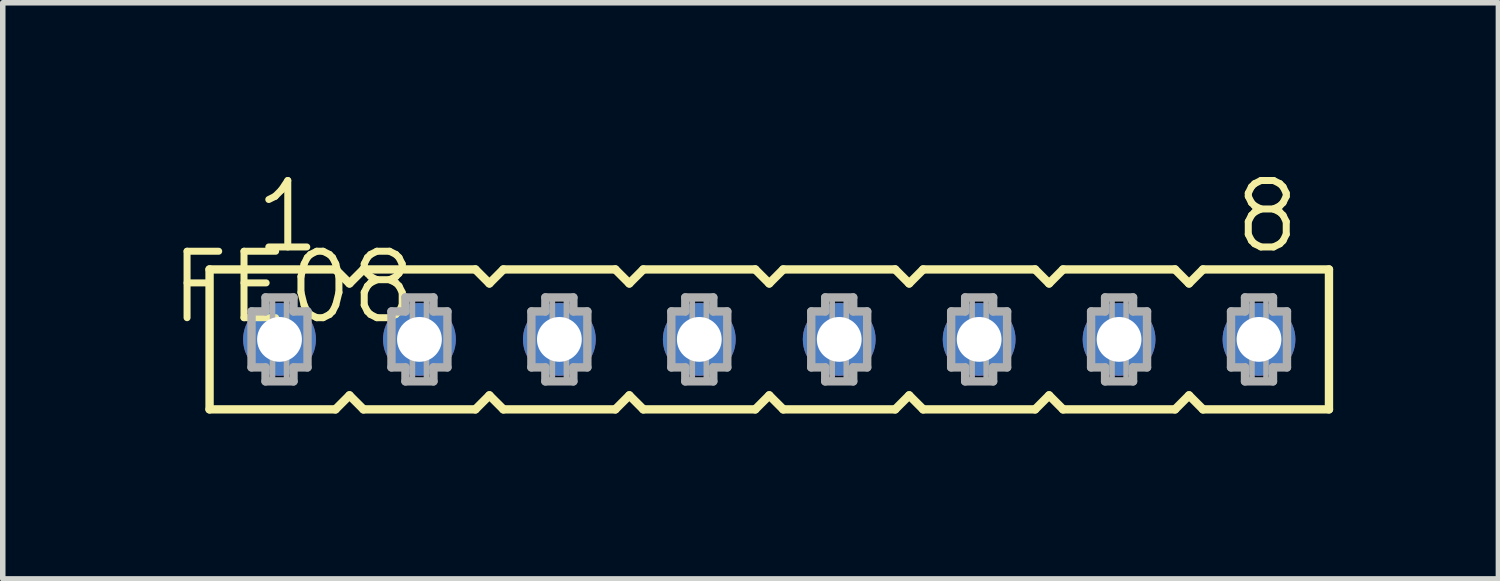
<source format=kicad_pcb>
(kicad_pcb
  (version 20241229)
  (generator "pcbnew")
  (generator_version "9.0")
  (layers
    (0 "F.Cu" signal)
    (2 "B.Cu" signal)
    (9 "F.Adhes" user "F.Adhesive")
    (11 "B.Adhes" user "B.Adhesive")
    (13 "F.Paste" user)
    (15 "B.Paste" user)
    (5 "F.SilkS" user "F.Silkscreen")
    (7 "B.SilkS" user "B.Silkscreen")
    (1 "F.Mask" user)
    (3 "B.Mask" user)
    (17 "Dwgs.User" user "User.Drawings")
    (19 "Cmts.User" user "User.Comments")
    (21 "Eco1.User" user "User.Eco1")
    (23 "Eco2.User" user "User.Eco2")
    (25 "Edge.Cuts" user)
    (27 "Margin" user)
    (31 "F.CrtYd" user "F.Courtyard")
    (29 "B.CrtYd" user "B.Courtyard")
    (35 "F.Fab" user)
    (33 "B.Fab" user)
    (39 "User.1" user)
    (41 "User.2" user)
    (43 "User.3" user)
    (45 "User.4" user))
  (footprint "FE08"
    (layer "F.Cu")
    (at 10.914 3.111)
    (property "Reference" "FE08" (at -6.35 -1.651 0) (layer "F.SilkS") (effects (font (size 1.206 1.206) (thickness 0.127)) (justify right top)))
    (attr through_hole)
    (fp_line (start -10.16 -1.27) (end -10.16 1.27) (stroke (width 0.152) (type solid)) (layer "F.SilkS"))
    (fp_line (start -10.16 1.27) (end -7.874 1.27) (stroke (width 0.152) (type solid)) (layer "F.SilkS"))
    (fp_line (start -7.874 -1.27) (end -10.16 -1.27) (stroke (width 0.152) (type solid)) (layer "F.SilkS"))
    (fp_line (start -7.874 1.27) (end -7.62 1.016) (stroke (width 0.152) (type solid)) (layer "F.SilkS"))
    (fp_line (start -7.62 -1.016) (end -7.874 -1.27) (stroke (width 0.152) (type solid)) (layer "F.SilkS"))
    (fp_line (start -7.62 1.016) (end -7.366 1.27) (stroke (width 0.152) (type solid)) (layer "F.SilkS"))
    (fp_line (start -7.366 -1.27) (end -7.62 -1.016) (stroke (width 0.152) (type solid)) (layer "F.SilkS"))
    (fp_line (start -7.366 1.27) (end -5.334 1.27) (stroke (width 0.152) (type solid)) (layer "F.SilkS"))
    (fp_line (start -5.334 -1.27) (end -7.366 -1.27) (stroke (width 0.152) (type solid)) (layer "F.SilkS"))
    (fp_line (start -5.334 1.27) (end -5.08 1.016) (stroke (width 0.152) (type solid)) (layer "F.SilkS"))
    (fp_line (start -5.08 -1.016) (end -5.334 -1.27) (stroke (width 0.152) (type solid)) (layer "F.SilkS"))
    (fp_line (start -5.08 1.016) (end -4.826 1.27) (stroke (width 0.152) (type solid)) (layer "F.SilkS"))
    (fp_line (start -4.826 -1.27) (end -5.08 -1.016) (stroke (width 0.152) (type solid)) (layer "F.SilkS"))
    (fp_line (start -4.826 1.27) (end -2.794 1.27) (stroke (width 0.152) (type solid)) (layer "F.SilkS"))
    (fp_line (start -2.794 -1.27) (end -4.826 -1.27) (stroke (width 0.152) (type solid)) (layer "F.SilkS"))
    (fp_line (start -2.794 1.27) (end -2.54 1.016) (stroke (width 0.152) (type solid)) (layer "F.SilkS"))
    (fp_line (start -2.54 -1.016) (end -2.794 -1.27) (stroke (width 0.152) (type solid)) (layer "F.SilkS"))
    (fp_line (start -2.54 1.016) (end -2.286 1.27) (stroke (width 0.152) (type solid)) (layer "F.SilkS"))
    (fp_line (start -2.286 -1.27) (end -2.54 -1.016) (stroke (width 0.152) (type solid)) (layer "F.SilkS"))
    (fp_line (start -2.286 1.27) (end -0.254 1.27) (stroke (width 0.152) (type solid)) (layer "F.SilkS"))
    (fp_line (start -0.254 -1.27) (end -2.286 -1.27) (stroke (width 0.152) (type solid)) (layer "F.SilkS"))
    (fp_line (start -0.254 1.27) (end 0 1.016) (stroke (width 0.152) (type solid)) (layer "F.SilkS"))
    (fp_line (start 0 -1.016) (end -0.254 -1.27) (stroke (width 0.152) (type solid)) (layer "F.SilkS"))
    (fp_line (start 0 1.016) (end 0.254 1.27) (stroke (width 0.152) (type solid)) (layer "F.SilkS"))
    (fp_line (start 0.254 -1.27) (end 0 -1.016) (stroke (width 0.152) (type solid)) (layer "F.SilkS"))
    (fp_line (start 0.254 1.27) (end 2.286 1.27) (stroke (width 0.152) (type solid)) (layer "F.SilkS"))
    (fp_line (start 2.286 -1.27) (end 0.254 -1.27) (stroke (width 0.152) (type solid)) (layer "F.SilkS"))
    (fp_line (start 2.286 1.27) (end 2.54 1.016) (stroke (width 0.152) (type solid)) (layer "F.SilkS"))
    (fp_line (start 2.54 -1.016) (end 2.286 -1.27) (stroke (width 0.152) (type solid)) (layer "F.SilkS"))
    (fp_line (start 2.54 1.016) (end 2.794 1.27) (stroke (width 0.152) (type solid)) (layer "F.SilkS"))
    (fp_line (start 2.794 -1.27) (end 2.54 -1.016) (stroke (width 0.152) (type solid)) (layer "F.SilkS"))
    (fp_line (start 2.794 1.27) (end 4.826 1.27) (stroke (width 0.152) (type solid)) (layer "F.SilkS"))
    (fp_line (start 4.826 -1.27) (end 2.794 -1.27) (stroke (width 0.152) (type solid)) (layer "F.SilkS"))
    (fp_line (start 4.826 1.27) (end 5.08 1.016) (stroke (width 0.152) (type solid)) (layer "F.SilkS"))
    (fp_line (start 5.08 -1.016) (end 4.826 -1.27) (stroke (width 0.152) (type solid)) (layer "F.SilkS"))
    (fp_line (start 5.08 1.016) (end 5.334 1.27) (stroke (width 0.152) (type solid)) (layer "F.SilkS"))
    (fp_line (start 5.334 -1.27) (end 5.08 -1.016) (stroke (width 0.152) (type solid)) (layer "F.SilkS"))
    (fp_line (start 5.334 1.27) (end 7.366 1.27) (stroke (width 0.152) (type solid)) (layer "F.SilkS"))
    (fp_line (start 7.366 -1.27) (end 5.334 -1.27) (stroke (width 0.152) (type solid)) (layer "F.SilkS"))
    (fp_line (start 7.366 1.27) (end 7.62 1.016) (stroke (width 0.152) (type solid)) (layer "F.SilkS"))
    (fp_line (start 7.62 -1.016) (end 7.366 -1.27) (stroke (width 0.152) (type solid)) (layer "F.SilkS"))
    (fp_line (start 7.62 1.016) (end 7.874 1.27) (stroke (width 0.152) (type solid)) (layer "F.SilkS"))
    (fp_line (start 7.874 -1.27) (end 7.62 -1.016) (stroke (width 0.152) (type solid)) (layer "F.SilkS"))
    (fp_line (start 7.874 1.27) (end 10.16 1.27) (stroke (width 0.152) (type solid)) (layer "F.SilkS"))
    (fp_line (start 10.16 -1.27) (end 7.874 -1.27) (stroke (width 0.152) (type solid)) (layer "F.SilkS"))
    (fp_line (start 10.16 1.27) (end 10.16 -1.27) (stroke (width 0.152) (type solid)) (layer "F.SilkS"))
    (fp_line (start -9.398 -0.508) (end -9.398 0.508) (stroke (width 0.152) (type solid)) (layer "F.Fab"))
    (fp_line (start -9.398 0.508) (end -9.144 0.508) (stroke (width 0.152) (type solid)) (layer "F.Fab"))
    (fp_line (start -9.144 -0.762) (end -9.144 -0.508) (stroke (width 0.152) (type solid)) (layer "F.Fab"))
    (fp_line (start -9.144 -0.508) (end -9.398 -0.508) (stroke (width 0.152) (type solid)) (layer "F.Fab"))
    (fp_line (start -9.144 0.508) (end -9.144 0.762) (stroke (width 0.152) (type solid)) (layer "F.Fab"))
    (fp_line (start -9.144 0.762) (end -8.636 0.762) (stroke (width 0.152) (type solid)) (layer "F.Fab"))
    (fp_line (start -8.636 -0.762) (end -9.144 -0.762) (stroke (width 0.152) (type solid)) (layer "F.Fab"))
    (fp_line (start -8.636 -0.508) (end -8.636 -0.762) (stroke (width 0.152) (type solid)) (layer "F.Fab"))
    (fp_line (start -8.636 0.508) (end -8.382 0.508) (stroke (width 0.152) (type solid)) (layer "F.Fab"))
    (fp_line (start -8.636 0.762) (end -8.636 0.508) (stroke (width 0.152) (type solid)) (layer "F.Fab"))
    (fp_line (start -8.382 -0.508) (end -8.636 -0.508) (stroke (width 0.152) (type solid)) (layer "F.Fab"))
    (fp_line (start -8.382 0.508) (end -8.382 -0.508) (stroke (width 0.152) (type solid)) (layer "F.Fab"))
    (fp_line (start -6.858 -0.508) (end -6.858 0.508) (stroke (width 0.152) (type solid)) (layer "F.Fab"))
    (fp_line (start -6.858 0.508) (end -6.604 0.508) (stroke (width 0.152) (type solid)) (layer "F.Fab"))
    (fp_line (start -6.604 -0.762) (end -6.604 -0.508) (stroke (width 0.152) (type solid)) (layer "F.Fab"))
    (fp_line (start -6.604 -0.508) (end -6.858 -0.508) (stroke (width 0.152) (type solid)) (layer "F.Fab"))
    (fp_line (start -6.604 0.508) (end -6.604 0.762) (stroke (width 0.152) (type solid)) (layer "F.Fab"))
    (fp_line (start -6.604 0.762) (end -6.096 0.762) (stroke (width 0.152) (type solid)) (layer "F.Fab"))
    (fp_line (start -6.096 -0.762) (end -6.604 -0.762) (stroke (width 0.152) (type solid)) (layer "F.Fab"))
    (fp_line (start -6.096 -0.508) (end -6.096 -0.762) (stroke (width 0.152) (type solid)) (layer "F.Fab"))
    (fp_line (start -6.096 0.508) (end -5.842 0.508) (stroke (width 0.152) (type solid)) (layer "F.Fab"))
    (fp_line (start -6.096 0.762) (end -6.096 0.508) (stroke (width 0.152) (type solid)) (layer "F.Fab"))
    (fp_line (start -5.842 -0.508) (end -6.096 -0.508) (stroke (width 0.152) (type solid)) (layer "F.Fab"))
    (fp_line (start -5.842 0.508) (end -5.842 -0.508) (stroke (width 0.152) (type solid)) (layer "F.Fab"))
    (fp_line (start -4.318 -0.508) (end -4.318 0.508) (stroke (width 0.152) (type solid)) (layer "F.Fab"))
    (fp_line (start -4.318 0.508) (end -4.064 0.508) (stroke (width 0.152) (type solid)) (layer "F.Fab"))
    (fp_line (start -4.064 -0.762) (end -4.064 -0.508) (stroke (width 0.152) (type solid)) (layer "F.Fab"))
    (fp_line (start -4.064 -0.508) (end -4.318 -0.508) (stroke (width 0.152) (type solid)) (layer "F.Fab"))
    (fp_line (start -4.064 0.508) (end -4.064 0.762) (stroke (width 0.152) (type solid)) (layer "F.Fab"))
    (fp_line (start -4.064 0.762) (end -3.556 0.762) (stroke (width 0.152) (type solid)) (layer "F.Fab"))
    (fp_line (start -3.556 -0.762) (end -4.064 -0.762) (stroke (width 0.152) (type solid)) (layer "F.Fab"))
    (fp_line (start -3.556 -0.508) (end -3.556 -0.762) (stroke (width 0.152) (type solid)) (layer "F.Fab"))
    (fp_line (start -3.556 0.508) (end -3.302 0.508) (stroke (width 0.152) (type solid)) (layer "F.Fab"))
    (fp_line (start -3.556 0.762) (end -3.556 0.508) (stroke (width 0.152) (type solid)) (layer "F.Fab"))
    (fp_line (start -3.302 -0.508) (end -3.556 -0.508) (stroke (width 0.152) (type solid)) (layer "F.Fab"))
    (fp_line (start -3.302 0.508) (end -3.302 -0.508) (stroke (width 0.152) (type solid)) (layer "F.Fab"))
    (fp_line (start -1.778 -0.508) (end -1.778 0.508) (stroke (width 0.152) (type solid)) (layer "F.Fab"))
    (fp_line (start -1.778 0.508) (end -1.524 0.508) (stroke (width 0.152) (type solid)) (layer "F.Fab"))
    (fp_line (start -1.524 -0.762) (end -1.524 -0.508) (stroke (width 0.152) (type solid)) (layer "F.Fab"))
    (fp_line (start -1.524 -0.508) (end -1.778 -0.508) (stroke (width 0.152) (type solid)) (layer "F.Fab"))
    (fp_line (start -1.524 0.508) (end -1.524 0.762) (stroke (width 0.152) (type solid)) (layer "F.Fab"))
    (fp_line (start -1.524 0.762) (end -1.016 0.762) (stroke (width 0.152) (type solid)) (layer "F.Fab"))
    (fp_line (start -1.016 -0.762) (end -1.524 -0.762) (stroke (width 0.152) (type solid)) (layer "F.Fab"))
    (fp_line (start -1.016 -0.508) (end -1.016 -0.762) (stroke (width 0.152) (type solid)) (layer "F.Fab"))
    (fp_line (start -1.016 0.508) (end -0.762 0.508) (stroke (width 0.152) (type solid)) (layer "F.Fab"))
    (fp_line (start -1.016 0.762) (end -1.016 0.508) (stroke (width 0.152) (type solid)) (layer "F.Fab"))
    (fp_line (start -0.762 -0.508) (end -1.016 -0.508) (stroke (width 0.152) (type solid)) (layer "F.Fab"))
    (fp_line (start -0.762 0.508) (end -0.762 -0.508) (stroke (width 0.152) (type solid)) (layer "F.Fab"))
    (fp_line (start 0.762 -0.508) (end 0.762 0.508) (stroke (width 0.152) (type solid)) (layer "F.Fab"))
    (fp_line (start 0.762 0.508) (end 1.016 0.508) (stroke (width 0.152) (type solid)) (layer "F.Fab"))
    (fp_line (start 1.016 -0.762) (end 1.016 -0.508) (stroke (width 0.152) (type solid)) (layer "F.Fab"))
    (fp_line (start 1.016 -0.508) (end 0.762 -0.508) (stroke (width 0.152) (type solid)) (layer "F.Fab"))
    (fp_line (start 1.016 0.508) (end 1.016 0.762) (stroke (width 0.152) (type solid)) (layer "F.Fab"))
    (fp_line (start 1.016 0.762) (end 1.524 0.762) (stroke (width 0.152) (type solid)) (layer "F.Fab"))
    (fp_line (start 1.524 -0.762) (end 1.016 -0.762) (stroke (width 0.152) (type solid)) (layer "F.Fab"))
    (fp_line (start 1.524 -0.508) (end 1.524 -0.762) (stroke (width 0.152) (type solid)) (layer "F.Fab"))
    (fp_line (start 1.524 0.508) (end 1.778 0.508) (stroke (width 0.152) (type solid)) (layer "F.Fab"))
    (fp_line (start 1.524 0.762) (end 1.524 0.508) (stroke (width 0.152) (type solid)) (layer "F.Fab"))
    (fp_line (start 1.778 -0.508) (end 1.524 -0.508) (stroke (width 0.152) (type solid)) (layer "F.Fab"))
    (fp_line (start 1.778 0.508) (end 1.778 -0.508) (stroke (width 0.152) (type solid)) (layer "F.Fab"))
    (fp_line (start 3.302 -0.508) (end 3.302 0.508) (stroke (width 0.152) (type solid)) (layer "F.Fab"))
    (fp_line (start 3.302 0.508) (end 3.556 0.508) (stroke (width 0.152) (type solid)) (layer "F.Fab"))
    (fp_line (start 3.556 -0.762) (end 3.556 -0.508) (stroke (width 0.152) (type solid)) (layer "F.Fab"))
    (fp_line (start 3.556 -0.508) (end 3.302 -0.508) (stroke (width 0.152) (type solid)) (layer "F.Fab"))
    (fp_line (start 3.556 0.508) (end 3.556 0.762) (stroke (width 0.152) (type solid)) (layer "F.Fab"))
    (fp_line (start 3.556 0.762) (end 4.064 0.762) (stroke (width 0.152) (type solid)) (layer "F.Fab"))
    (fp_line (start 4.064 -0.762) (end 3.556 -0.762) (stroke (width 0.152) (type solid)) (layer "F.Fab"))
    (fp_line (start 4.064 -0.508) (end 4.064 -0.762) (stroke (width 0.152) (type solid)) (layer "F.Fab"))
    (fp_line (start 4.064 0.508) (end 4.318 0.508) (stroke (width 0.152) (type solid)) (layer "F.Fab"))
    (fp_line (start 4.064 0.762) (end 4.064 0.508) (stroke (width 0.152) (type solid)) (layer "F.Fab"))
    (fp_line (start 4.318 -0.508) (end 4.064 -0.508) (stroke (width 0.152) (type solid)) (layer "F.Fab"))
    (fp_line (start 4.318 0.508) (end 4.318 -0.508) (stroke (width 0.152) (type solid)) (layer "F.Fab"))
    (fp_line (start 5.842 -0.508) (end 5.842 0.508) (stroke (width 0.152) (type solid)) (layer "F.Fab"))
    (fp_line (start 5.842 0.508) (end 6.096 0.508) (stroke (width 0.152) (type solid)) (layer "F.Fab"))
    (fp_line (start 6.096 -0.762) (end 6.096 -0.508) (stroke (width 0.152) (type solid)) (layer "F.Fab"))
    (fp_line (start 6.096 -0.508) (end 5.842 -0.508) (stroke (width 0.152) (type solid)) (layer "F.Fab"))
    (fp_line (start 6.096 0.508) (end 6.096 0.762) (stroke (width 0.152) (type solid)) (layer "F.Fab"))
    (fp_line (start 6.096 0.762) (end 6.604 0.762) (stroke (width 0.152) (type solid)) (layer "F.Fab"))
    (fp_line (start 6.604 -0.762) (end 6.096 -0.762) (stroke (width 0.152) (type solid)) (layer "F.Fab"))
    (fp_line (start 6.604 -0.508) (end 6.604 -0.762) (stroke (width 0.152) (type solid)) (layer "F.Fab"))
    (fp_line (start 6.604 0.508) (end 6.858 0.508) (stroke (width 0.152) (type solid)) (layer "F.Fab"))
    (fp_line (start 6.604 0.762) (end 6.604 0.508) (stroke (width 0.152) (type solid)) (layer "F.Fab"))
    (fp_line (start 6.858 -0.508) (end 6.604 -0.508) (stroke (width 0.152) (type solid)) (layer "F.Fab"))
    (fp_line (start 6.858 0.508) (end 6.858 -0.508) (stroke (width 0.152) (type solid)) (layer "F.Fab"))
    (fp_line (start 8.382 -0.508) (end 8.382 0.508) (stroke (width 0.152) (type solid)) (layer "F.Fab"))
    (fp_line (start 8.382 0.508) (end 8.636 0.508) (stroke (width 0.152) (type solid)) (layer "F.Fab"))
    (fp_line (start 8.636 -0.762) (end 8.636 -0.508) (stroke (width 0.152) (type solid)) (layer "F.Fab"))
    (fp_line (start 8.636 -0.508) (end 8.382 -0.508) (stroke (width 0.152) (type solid)) (layer "F.Fab"))
    (fp_line (start 8.636 0.508) (end 8.636 0.762) (stroke (width 0.152) (type solid)) (layer "F.Fab"))
    (fp_line (start 8.636 0.762) (end 9.144 0.762) (stroke (width 0.152) (type solid)) (layer "F.Fab"))
    (fp_line (start 9.144 -0.762) (end 8.636 -0.762) (stroke (width 0.152) (type solid)) (layer "F.Fab"))
    (fp_line (start 9.144 -0.508) (end 9.144 -0.762) (stroke (width 0.152) (type solid)) (layer "F.Fab"))
    (fp_line (start 9.144 0.508) (end 9.398 0.508) (stroke (width 0.152) (type solid)) (layer "F.Fab"))
    (fp_line (start 9.144 0.762) (end 9.144 0.508) (stroke (width 0.152) (type solid)) (layer "F.Fab"))
    (fp_line (start 9.398 -0.508) (end 9.144 -0.508) (stroke (width 0.152) (type solid)) (layer "F.Fab"))
    (fp_line (start 9.398 0.508) (end 9.398 -0.508) (stroke (width 0.152) (type solid)) (layer "F.Fab"))
    (fp_poly (pts (xy -9.017 -0.254) (xy -8.763 -0.254) (xy -8.763 -0.762) (xy -9.017 -0.762)) (stroke (width 0.1) (type solid)) (fill no) (layer "F.Fab"))
    (fp_poly (pts (xy -9.017 0.762) (xy -8.763 0.762) (xy -8.763 0.254) (xy -9.017 0.254)) (stroke (width 0.1) (type solid)) (fill no) (layer "F.Fab"))
    (fp_poly (pts (xy -6.477 -0.254) (xy -6.223 -0.254) (xy -6.223 -0.762) (xy -6.477 -0.762)) (stroke (width 0.1) (type solid)) (fill no) (layer "F.Fab"))
    (fp_poly (pts (xy -6.477 0.762) (xy -6.223 0.762) (xy -6.223 0.254) (xy -6.477 0.254)) (stroke (width 0.1) (type solid)) (fill no) (layer "F.Fab"))
    (fp_poly (pts (xy -3.937 -0.254) (xy -3.683 -0.254) (xy -3.683 -0.762) (xy -3.937 -0.762)) (stroke (width 0.1) (type solid)) (fill no) (layer "F.Fab"))
    (fp_poly (pts (xy -3.937 0.762) (xy -3.683 0.762) (xy -3.683 0.254) (xy -3.937 0.254)) (stroke (width 0.1) (type solid)) (fill no) (layer "F.Fab"))
    (fp_poly (pts (xy -1.397 -0.254) (xy -1.143 -0.254) (xy -1.143 -0.762) (xy -1.397 -0.762)) (stroke (width 0.1) (type solid)) (fill no) (layer "F.Fab"))
    (fp_poly (pts (xy -1.397 0.762) (xy -1.143 0.762) (xy -1.143 0.254) (xy -1.397 0.254)) (stroke (width 0.1) (type solid)) (fill no) (layer "F.Fab"))
    (fp_poly (pts (xy 1.143 -0.254) (xy 1.397 -0.254) (xy 1.397 -0.762) (xy 1.143 -0.762)) (stroke (width 0.1) (type solid)) (fill no) (layer "F.Fab"))
    (fp_poly (pts (xy 1.143 0.762) (xy 1.397 0.762) (xy 1.397 0.254) (xy 1.143 0.254)) (stroke (width 0.1) (type solid)) (fill no) (layer "F.Fab"))
    (fp_poly (pts (xy 3.683 -0.254) (xy 3.937 -0.254) (xy 3.937 -0.762) (xy 3.683 -0.762)) (stroke (width 0.1) (type solid)) (fill no) (layer "F.Fab"))
    (fp_poly (pts (xy 3.683 0.762) (xy 3.937 0.762) (xy 3.937 0.254) (xy 3.683 0.254)) (stroke (width 0.1) (type solid)) (fill no) (layer "F.Fab"))
    (fp_poly (pts (xy 6.223 -0.254) (xy 6.477 -0.254) (xy 6.477 -0.762) (xy 6.223 -0.762)) (stroke (width 0.1) (type solid)) (fill no) (layer "F.Fab"))
    (fp_poly (pts (xy 6.223 0.762) (xy 6.477 0.762) (xy 6.477 0.254) (xy 6.223 0.254)) (stroke (width 0.1) (type solid)) (fill no) (layer "F.Fab"))
    (fp_poly (pts (xy 8.763 -0.254) (xy 9.017 -0.254) (xy 9.017 -0.762) (xy 8.763 -0.762)) (stroke (width 0.1) (type solid)) (fill no) (layer "F.Fab"))
    (fp_poly (pts (xy 8.763 0.762) (xy 9.017 0.762) (xy 9.017 0.254) (xy 8.763 0.254)) (stroke (width 0.1) (type solid)) (fill no) (layer "F.Fab"))
    (fp_text user "1" (at -9.398 -1.524 0) (layer "F.SilkS") (effects (font (size 1.206 1.206) (thickness 0.127)) (justify left bottom)))
    (fp_text user "8" (at 8.382 -1.524 0) (layer "F.SilkS") (effects (font (size 1.206 1.206) (thickness 0.127)) (justify left bottom)))
    (pad "1" thru_hole circle (at -8.89 0 90) (size 1.321 1.321) (drill 0.813) (layers "*.Cu" "*.Mask"))
    (pad "2" thru_hole circle (at -6.35 0 90) (size 1.321 1.321) (drill 0.813) (layers "*.Cu" "*.Mask"))
    (pad "3" thru_hole circle (at -3.81 0 90) (size 1.321 1.321) (drill 0.813) (layers "*.Cu" "*.Mask"))
    (pad "4" thru_hole circle (at -1.27 0 90) (size 1.321 1.321) (drill 0.813) (layers "*.Cu" "*.Mask"))
    (pad "5" thru_hole circle (at 1.27 0 90) (size 1.321 1.321) (drill 0.813) (layers "*.Cu" "*.Mask"))
    (pad "6" thru_hole circle (at 3.81 0 90) (size 1.321 1.321) (drill 0.813) (layers "*.Cu" "*.Mask"))
    (pad "7" thru_hole circle (at 6.35 0 90) (size 1.321 1.321) (drill 0.813) (layers "*.Cu" "*.Mask"))
    (pad "8" thru_hole circle (at 8.89 0 90) (size 1.321 1.321) (drill 0.813) (layers "*.Cu" "*.Mask")))
  (gr_rect
    (start -3 -3)
    (end 24.15 7.458)
    (stroke (width 0.1) (type default))
    (fill no)
    (layer "Edge.Cuts")))
</source>
